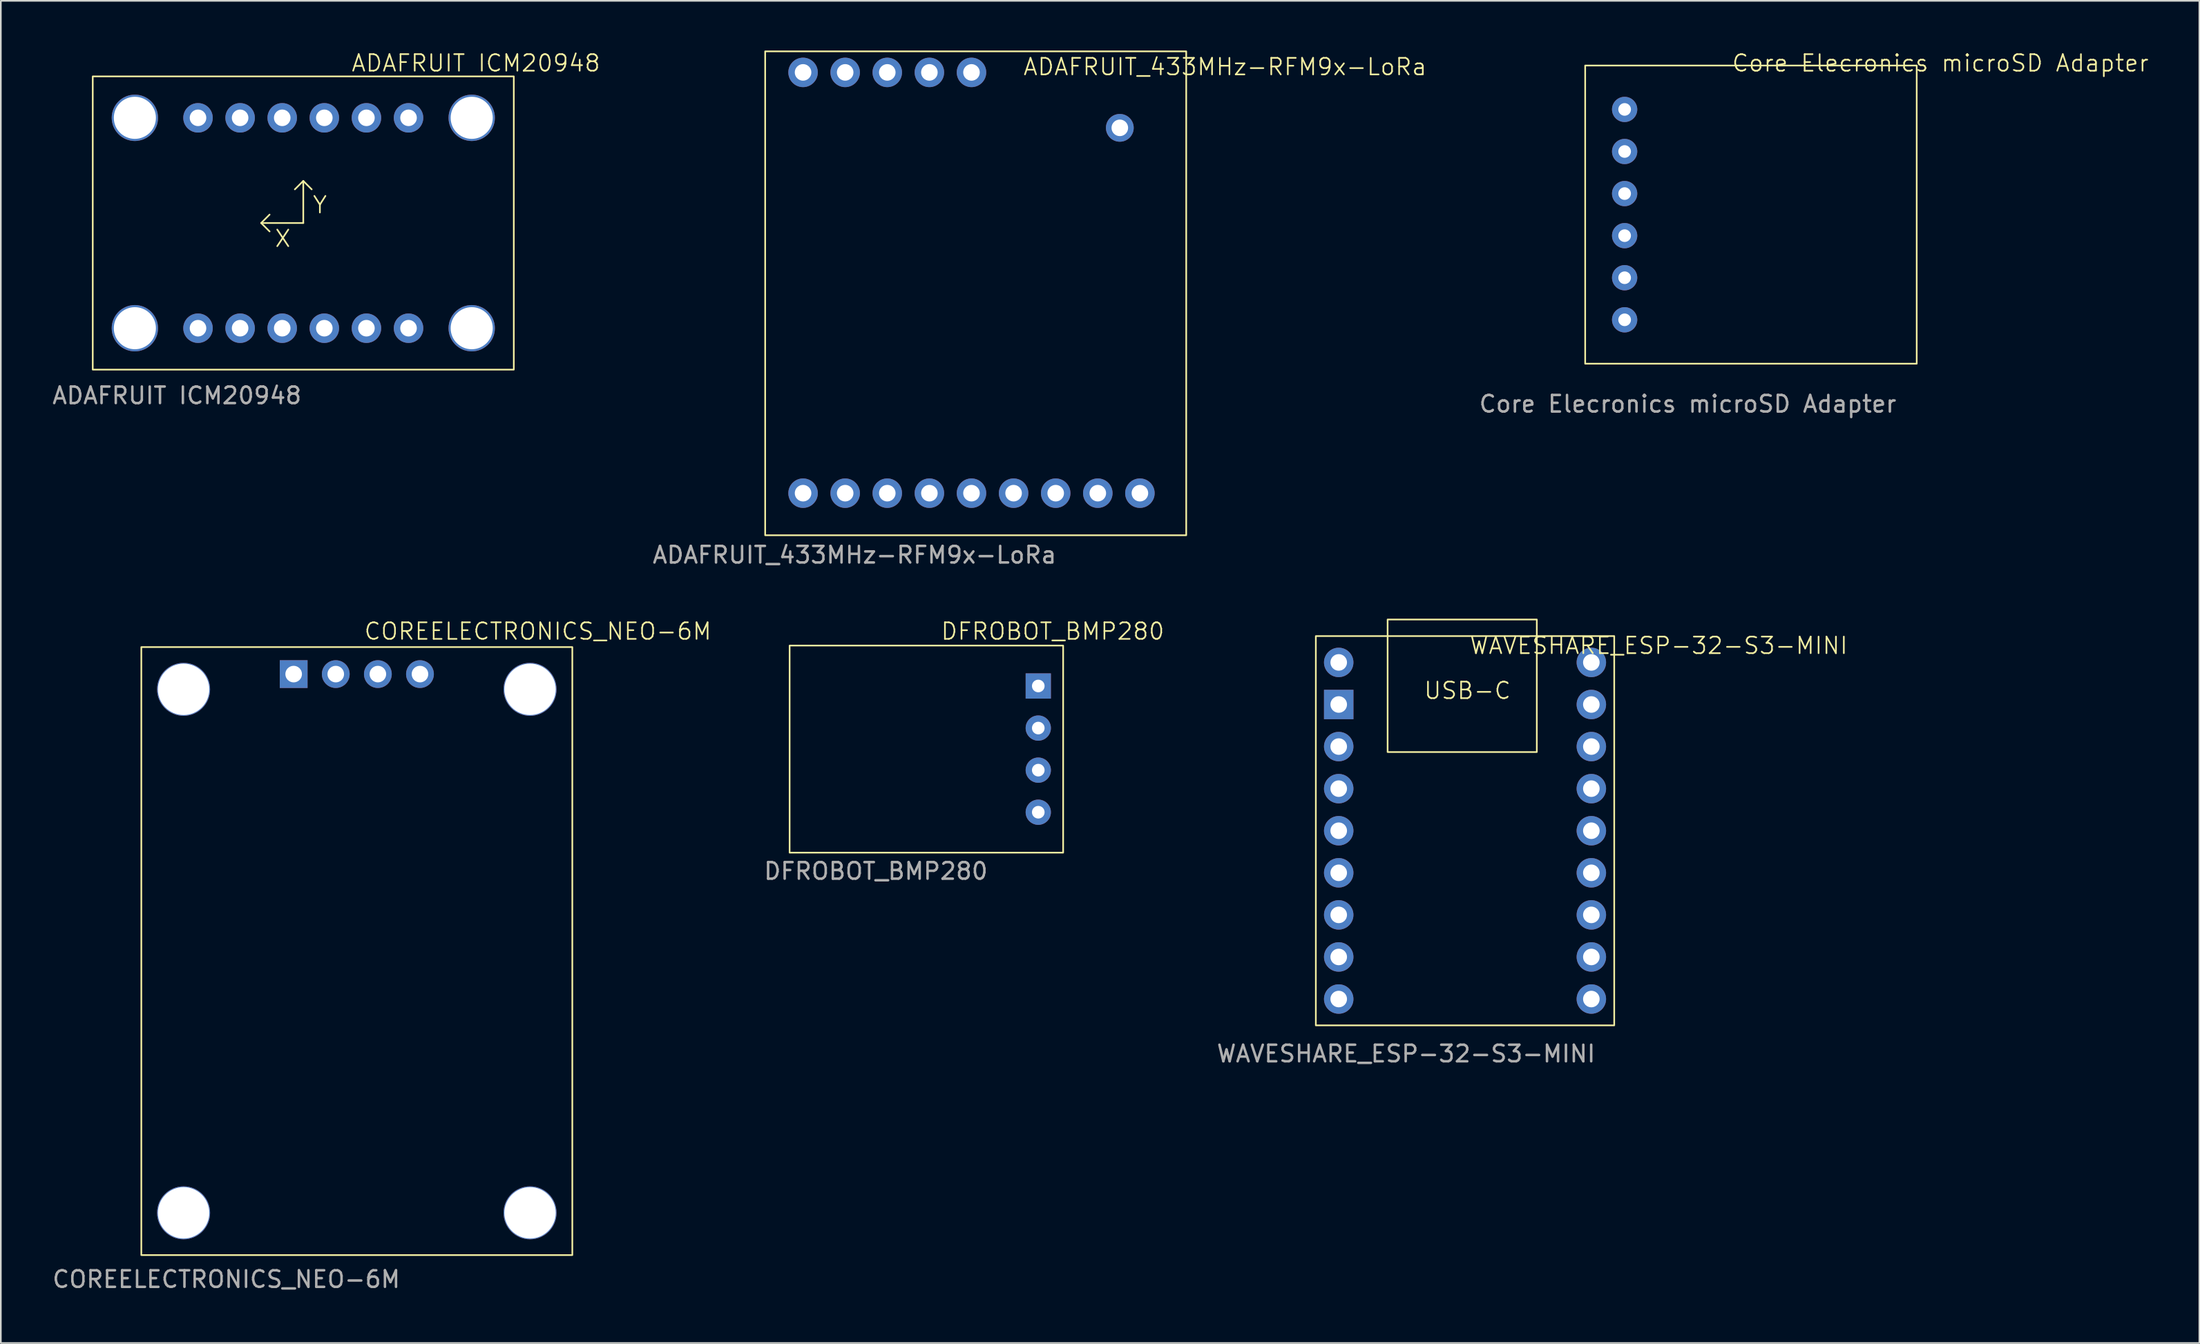
<source format=kicad_pcb>
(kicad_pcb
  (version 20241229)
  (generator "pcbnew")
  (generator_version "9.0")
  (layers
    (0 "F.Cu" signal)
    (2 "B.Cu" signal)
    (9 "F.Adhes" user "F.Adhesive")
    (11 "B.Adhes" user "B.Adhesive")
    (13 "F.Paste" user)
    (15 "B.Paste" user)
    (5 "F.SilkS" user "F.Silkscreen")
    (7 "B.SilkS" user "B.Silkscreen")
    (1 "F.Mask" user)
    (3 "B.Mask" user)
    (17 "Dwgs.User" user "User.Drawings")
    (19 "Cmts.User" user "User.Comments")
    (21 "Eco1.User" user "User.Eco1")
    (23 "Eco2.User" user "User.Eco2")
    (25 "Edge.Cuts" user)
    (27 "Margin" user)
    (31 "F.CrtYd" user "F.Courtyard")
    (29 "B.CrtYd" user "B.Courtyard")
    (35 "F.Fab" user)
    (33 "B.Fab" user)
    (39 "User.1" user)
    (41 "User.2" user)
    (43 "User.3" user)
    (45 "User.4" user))
  (footprint "ADAFRUIT ICM20948"
    (layer "F.Cu")
    (at 15.245 10.412)
    (property "Reference" "ADAFRUIT ICM20948" (at 10.414 -9.652 0) (unlocked yes) (layer "F.SilkS") (effects (font (size 1 1) (thickness 0.1))))
    (attr through_hole)
    (fp_line (start -2.54 0) (end -2.032 -0.508) (stroke (width 0.1) (type default)) (layer "F.SilkS"))
    (fp_line (start -2.032 0.508) (end -2.54 0) (stroke (width 0.1) (type default)) (layer "F.SilkS"))
    (fp_line (start 0 -2.54) (end -0.508 -2.032) (stroke (width 0.1) (type default)) (layer "F.SilkS"))
    (fp_line (start 0 -2.54) (end 0.508 -2.032) (stroke (width 0.1) (type default)) (layer "F.SilkS"))
    (fp_line (start 0 0) (end -2.54 0) (stroke (width 0.1) (type default)) (layer "F.SilkS"))
    (fp_line (start 0 0) (end 0 -2.54) (stroke (width 0.1) (type default)) (layer "F.SilkS"))
    (fp_rect (start -12.7 8.85) (end 12.7 -8.85) (stroke (width 0.1) (type default)) (fill no) (layer "F.SilkS"))
    (fp_text user "X" (at -1.778 1.524 0) (unlocked yes) (layer "F.SilkS") (effects (font (size 1 1) (thickness 0.1)) (justify left bottom)))
    (fp_text user "Y" (at 0.508 -0.508 0) (unlocked yes) (layer "F.SilkS") (effects (font (size 1 1) (thickness 0.1)) (justify left bottom)))
    (fp_text user "${REFERENCE}" (at -7.62 10.414 0) (unlocked yes) (layer "F.Fab") (effects (font (size 1 1) (thickness 0.15))))
    (pad "1" thru_hole circle (at -10.159 -6.35) (size 2.794 2.794) (drill 2.54) (layers "*.Cu" "*.Mask"))
    (pad "1" thru_hole circle (at -6.35 -6.35) (size 1.778 1.778) (drill 1) (layers "*.Cu" "*.Mask"))
    (pad "2" thru_hole circle (at -3.81 -6.35) (size 1.778 1.778) (drill 1) (layers "*.Cu" "*.Mask"))
    (pad "2" thru_hole circle (at 10.161 -6.35) (size 2.794 2.794) (drill 2.54) (layers "*.Cu" "*.Mask"))
    (pad "3" thru_hole circle (at -10.159 6.35) (size 2.794 2.794) (drill 2.54) (layers "*.Cu" "*.Mask"))
    (pad "3" thru_hole circle (at -1.27 -6.35) (size 1.778 1.778) (drill 1) (layers "*.Cu" "*.Mask"))
    (pad "4" thru_hole circle (at 1.27 -6.35) (size 1.778 1.778) (drill 1) (layers "*.Cu" "*.Mask"))
    (pad "4" thru_hole circle (at 10.161 6.35) (size 2.794 2.794) (drill 2.54) (layers "*.Cu" "*.Mask"))
    (pad "5" thru_hole circle (at 3.81 -6.35) (size 1.778 1.778) (drill 1) (layers "*.Cu" "*.Mask"))
    (pad "6" thru_hole circle (at 6.35 -6.35) (size 1.778 1.778) (drill 1) (layers "*.Cu" "*.Mask"))
    (pad "8" thru_hole circle (at -3.81 6.35) (size 1.778 1.778) (drill 1) (layers "*.Cu" "*.Mask"))
    (pad "9" thru_hole circle (at -1.27 6.35) (size 1.778 1.778) (drill 1) (layers "*.Cu" "*.Mask"))
    (pad "10" thru_hole circle (at 1.27 6.35) (size 1.778 1.778) (drill 1) (layers "*.Cu" "*.Mask"))
    (pad "11" thru_hole circle (at 3.81 6.35) (size 1.778 1.778) (drill 1) (layers "*.Cu" "*.Mask"))
    (pad "12" thru_hole circle (at 6.35 6.35) (size 1.778 1.778) (drill 1) (layers "*.Cu" "*.Mask"))
    (pad "VIN" thru_hole circle (at -6.35 6.35) (size 1.778 1.778) (drill 1) (layers "*.Cu" "*.Mask")))
  (footprint "WAVESHARE_ESP-32-S3-MINI"
    (layer "F.Cu")
    (at 85.328 47.096)
    (property "Reference" "WAVESHARE_ESP-32-S3-MINI" (at 11.684 -11.176 0) (unlocked yes) (layer "F.SilkS") (effects (font (size 1 1) (thickness 0.1))))
    (attr through_hole)
    (fp_rect (start -9 -11.75) (end 9 11.75) (stroke (width 0.1) (type default)) (fill no) (layer "F.SilkS"))
    (fp_rect (start -4.67 -12.75) (end 4.33 -4.75) (stroke (width 0.1) (type default)) (fill no) (layer "F.SilkS"))
    (fp_text user "USB-C" (at -2.54 -7.874 0) (unlocked yes) (layer "F.SilkS") (effects (font (size 1 1) (thickness 0.1)) (justify left bottom)))
    (fp_text user "${REFERENCE}" (at -3.556 13.462 0) (unlocked yes) (layer "F.Fab") (effects (font (size 1 1) (thickness 0.15))))
    (pad "1" thru_hole circle (at -7.62 -10.16) (size 1.776 1.776) (drill 1) (layers "*.Cu" "*.Mask"))
    (pad "2" thru_hole rect (at -7.62 -7.62) (size 1.776 1.776) (drill 1) (layers "*.Cu" "*.Mask"))
    (pad "3" thru_hole circle (at -7.62 -5.08) (size 1.776 1.776) (drill 1) (layers "*.Cu" "*.Mask"))
    (pad "4" thru_hole circle (at -7.62 -2.54) (size 1.776 1.776) (drill 1) (layers "*.Cu" "*.Mask"))
    (pad "5" thru_hole circle (at -7.62 0) (size 1.776 1.776) (drill 1) (layers "*.Cu" "*.Mask"))
    (pad "6" thru_hole circle (at -7.62 2.54) (size 1.776 1.776) (drill 1) (layers "*.Cu" "*.Mask"))
    (pad "7" thru_hole circle (at -7.62 5.08) (size 1.776 1.776) (drill 1) (layers "*.Cu" "*.Mask"))
    (pad "8" thru_hole circle (at -7.62 7.62) (size 1.776 1.776) (drill 1) (layers "*.Cu" "*.Mask"))
    (pad "9" thru_hole circle (at -7.62 10.16) (size 1.776 1.776) (drill 1) (layers "*.Cu" "*.Mask"))
    (pad "10" thru_hole circle (at 7.62 10.16) (size 1.776 1.776) (drill 1) (layers "*.Cu" "*.Mask"))
    (pad "11" thru_hole circle (at 7.62 7.62) (size 1.776 1.776) (drill 1) (layers "*.Cu" "*.Mask"))
    (pad "12" thru_hole circle (at 7.62 5.08) (size 1.776 1.776) (drill 1) (layers "*.Cu" "*.Mask"))
    (pad "13" thru_hole circle (at 7.62 2.54) (size 1.776 1.776) (drill 1) (layers "*.Cu" "*.Mask"))
    (pad "14" thru_hole circle (at 7.62 0) (size 1.776 1.776) (drill 1) (layers "*.Cu" "*.Mask"))
    (pad "15" thru_hole circle (at 7.62 -2.54) (size 1.776 1.776) (drill 1) (layers "*.Cu" "*.Mask"))
    (pad "16" thru_hole circle (at 7.62 -5.08) (size 1.776 1.776) (drill 1) (layers "*.Cu" "*.Mask"))
    (pad "17" thru_hole circle (at 7.62 -7.62) (size 1.776 1.776) (drill 1) (layers "*.Cu" "*.Mask"))
    (pad "18" thru_hole circle (at 7.62 -10.16) (size 1.776 1.776) (drill 1) (layers "*.Cu" "*.Mask")))
  (footprint "Core Elecronics microSD Adapter"
    (layer "F.Cu")
    (at 102.576 9.905)
    (property "Reference" "Core Elecronics microSD Adapter" (at 11.43 -9.144 0) (unlocked yes) (layer "F.SilkS") (effects (font (size 1 1) (thickness 0.1))))
    (attr through_hole)
    (fp_rect (start -10 -9) (end 10 9) (stroke (width 0.1) (type default)) (fill no) (layer "F.SilkS"))
    (fp_text user "${REFERENCE}" (at -3.81 11.43 0) (unlocked yes) (layer "F.Fab") (effects (font (size 1 1) (thickness 0.15))))
    (pad "1" thru_hole circle (at -7.62 -6.35) (size 1.524 1.524) (drill 0.762) (layers "*.Cu" "*.Mask"))
    (pad "2" thru_hole circle (at -7.62 -3.81) (size 1.524 1.524) (drill 0.762) (layers "*.Cu" "*.Mask"))
    (pad "3" thru_hole circle (at -7.62 -1.27) (size 1.524 1.524) (drill 0.762) (layers "*.Cu" "*.Mask"))
    (pad "4" thru_hole circle (at -7.62 1.27) (size 1.524 1.524) (drill 0.762) (layers "*.Cu" "*.Mask"))
    (pad "5" thru_hole circle (at -7.62 3.81) (size 1.524 1.524) (drill 0.762) (layers "*.Cu" "*.Mask"))
    (pad "6" thru_hole circle (at -7.62 6.35) (size 1.524 1.524) (drill 0.762) (layers "*.Cu" "*.Mask")))
  (footprint "ADAFRUIT_433MHz-RFM9x-LoRa"
    (layer "F.Cu")
    (at 55.359 14.7)
    (property "Reference" "ADAFRUIT_433MHz-RFM9x-LoRa" (at 15.494 -13.716 0) (unlocked yes) (layer "F.SilkS") (effects (font (size 1 1) (thickness 0.1))))
    (attr through_hole)
    (fp_rect (start -12.25 -14.65) (end 13.15 14.56) (stroke (width 0.1) (type default)) (fill no) (layer "F.SilkS"))
    (fp_text user "${REFERENCE}" (at -6.858 15.748 0) (unlocked yes) (layer "F.Fab") (effects (font (size 1 1) (thickness 0.15))))
    (pad "1" thru_hole circle (at -9.964 -13.38) (size 1.778 1.778) (drill 1) (layers "*.Cu" "*.Mask"))
    (pad "1" thru_hole circle (at -9.964 12.02) (size 1.778 1.778) (drill 1) (layers "*.Cu" "*.Mask"))
    (pad "2" thru_hole circle (at -7.424 -13.38) (size 1.778 1.778) (drill 1) (layers "*.Cu" "*.Mask"))
    (pad "2" thru_hole circle (at -7.424 12.02) (size 1.778 1.778) (drill 1) (layers "*.Cu" "*.Mask"))
    (pad "3" thru_hole circle (at -4.884 -13.38) (size 1.778 1.778) (drill 1) (layers "*.Cu" "*.Mask"))
    (pad "3" thru_hole circle (at -4.884 12.02) (size 1.778 1.778) (drill 1) (layers "*.Cu" "*.Mask"))
    (pad "4" thru_hole circle (at -2.344 -13.38) (size 1.778 1.778) (drill 1) (layers "*.Cu" "*.Mask"))
    (pad "4" thru_hole circle (at -2.344 12.02) (size 1.778 1.778) (drill 1) (layers "*.Cu" "*.Mask"))
    (pad "5" thru_hole circle (at 0.196 -13.38) (size 1.778 1.778) (drill 1) (layers "*.Cu" "*.Mask"))
    (pad "5" thru_hole circle (at 0.196 12.02) (size 1.778 1.778) (drill 1) (layers "*.Cu" "*.Mask"))
    (pad "6" thru_hole circle (at 2.736 12.02) (size 1.778 1.778) (drill 1) (layers "*.Cu" "*.Mask"))
    (pad "7" thru_hole circle (at 5.276 12.02) (size 1.778 1.778) (drill 1) (layers "*.Cu" "*.Mask"))
    (pad "8" thru_hole circle (at 7.816 12.02) (size 1.778 1.778) (drill 1) (layers "*.Cu" "*.Mask"))
    (pad "9" thru_hole circle (at 10.356 12.02) (size 1.778 1.778) (drill 1) (layers "*.Cu" "*.Mask"))
    (pad "11" thru_hole circle (at 9.144 -10.033) (size 1.676 1.676) (drill 1) (layers "*.Cu" "*.Mask")))
  (footprint "DFROBOT_BMP280"
    (layer "F.Cu")
    (at 52.834 42.169)
    (property "Reference" "DFROBOT_BMP280" (at 7.62 -7.112 0) (unlocked yes) (layer "F.SilkS") (effects (font (size 1 1) (thickness 0.1))))
    (attr through_hole)
    (fp_rect (start -8.25 6.25) (end 8.25 -6.25) (stroke (width 0.1) (type default)) (fill no) (layer "F.SilkS"))
    (fp_text user "${REFERENCE}" (at -3.048 7.366 0) (unlocked yes) (layer "F.Fab") (effects (font (size 1 1) (thickness 0.15))))
    (pad "GND" thru_hole circle (at 6.75 -1.27) (size 1.524 1.524) (drill 0.762) (layers "*.Cu" "*.Mask"))
    (pad "SCL" thru_hole circle (at 6.75 1.27) (size 1.524 1.524) (drill 0.762) (layers "*.Cu" "*.Mask"))
    (pad "SDA" thru_hole circle (at 6.75 3.81) (size 1.524 1.524) (drill 0.762) (layers "*.Cu" "*.Mask"))
    (pad "VCC" thru_hole rect (at 6.75 -3.81) (size 1.524 1.524) (drill 0.762) (layers "*.Cu" "*.Mask")))
  (footprint "COREELECTRONICS_NEO-6M"
    (layer "F.Cu")
    (at 18.475 54.361)
    (property "Reference" "COREELECTRONICS_NEO-6M" (at 10.922 -19.304 0) (unlocked yes) (layer "F.SilkS") (effects (font (size 1 1) (thickness 0.1))))
    (attr through_hole)
    (fp_rect (start -13 -18.35) (end 13 18.35) (stroke (width 0.1) (type default)) (fill no) (layer "F.SilkS"))
    (fp_text user "${REFERENCE}" (at -7.874 19.812 0) (unlocked yes) (layer "F.Fab") (effects (font (size 1 1) (thickness 0.15))))
    (pad "1" thru_hole circle (at -10.45 -15.8) (size 3.2 3.2) (drill 3.1) (layers "*.Cu" "*.Mask"))
    (pad "1" thru_hole rect (at -3.81 -16.72) (size 1.676 1.676) (drill 1) (layers "*.Cu" "*.Mask"))
    (pad "2" thru_hole circle (at -10.45 15.8) (size 3.2 3.2) (drill 3.1) (layers "*.Cu" "*.Mask"))
    (pad "2" thru_hole circle (at -1.27 -16.72) (size 1.676 1.676) (drill 1) (layers "*.Cu" "*.Mask"))
    (pad "3" thru_hole circle (at 1.27 -16.72) (size 1.676 1.676) (drill 1) (layers "*.Cu" "*.Mask"))
    (pad "3" thru_hole circle (at 10.45 15.8) (size 3.2 3.2) (drill 3.1) (layers "*.Cu" "*.Mask"))
    (pad "4" thru_hole circle (at 3.81 -16.72) (size 1.676 1.676) (drill 1) (layers "*.Cu" "*.Mask"))
    (pad "4" thru_hole circle (at 10.45 -15.8) (size 3.2 3.2) (drill 3.1) (layers "*.Cu" "*.Mask")))
  (gr_rect
    (start -3 -3)
    (end 129.627 78.021)
    (stroke (width 0.1) (type default))
    (fill no)
    (layer "Edge.Cuts")))
</source>
